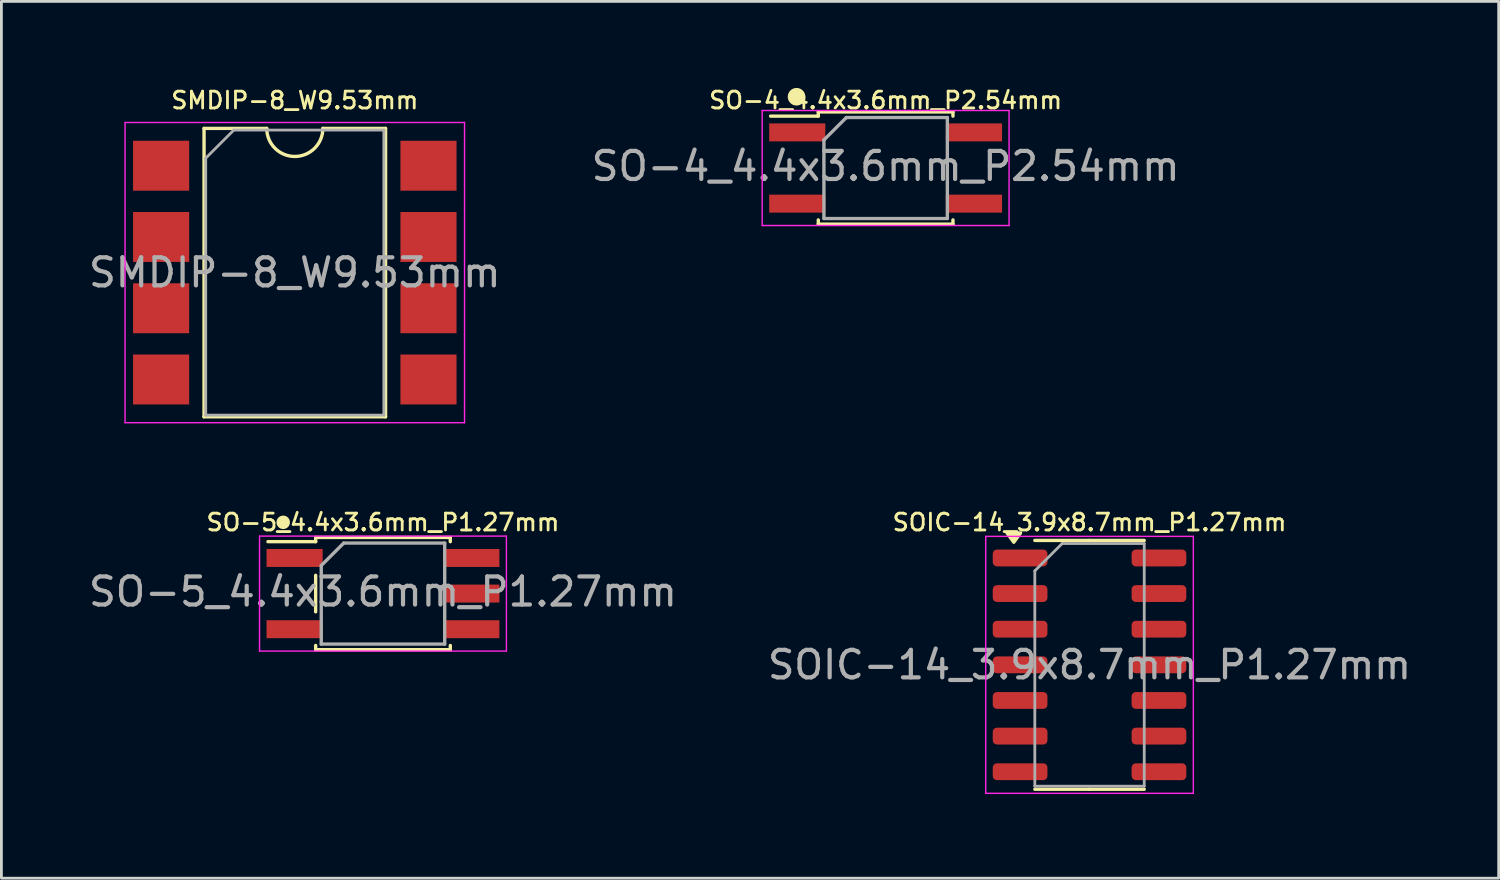
<source format=kicad_pcb>
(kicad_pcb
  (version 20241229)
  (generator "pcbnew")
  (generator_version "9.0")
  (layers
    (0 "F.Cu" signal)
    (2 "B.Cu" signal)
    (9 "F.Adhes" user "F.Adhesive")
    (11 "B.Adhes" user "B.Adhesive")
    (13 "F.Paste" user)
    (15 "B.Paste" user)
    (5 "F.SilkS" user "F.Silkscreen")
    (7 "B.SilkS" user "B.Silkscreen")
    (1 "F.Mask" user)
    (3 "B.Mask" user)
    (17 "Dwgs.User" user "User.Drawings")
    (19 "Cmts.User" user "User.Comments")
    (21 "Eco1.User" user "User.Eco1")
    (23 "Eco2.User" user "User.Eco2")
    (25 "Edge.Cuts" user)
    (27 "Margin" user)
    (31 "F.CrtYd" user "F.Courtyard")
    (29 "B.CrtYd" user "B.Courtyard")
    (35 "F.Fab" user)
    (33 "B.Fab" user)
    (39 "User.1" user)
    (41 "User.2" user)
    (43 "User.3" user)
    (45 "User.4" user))
  (footprint "SMDIP-8_W9.53mm"
    (layer "F.Cu")
    (at 7.458 6.667)
    (property "Reference" "SMDIP-8_W9.53mm" (at 0 -6.14 0) (layer "F.SilkS") (effects (font (size 0.6 0.6) (thickness 0.1) (bold yes))))
    (attr smd)
    (fp_line (start -3.235 -5.14) (end -3.235 5.14) (stroke (width 0.12) (type solid)) (layer "F.SilkS"))
    (fp_line (start -3.235 5.14) (end 3.235 5.14) (stroke (width 0.12) (type solid)) (layer "F.SilkS"))
    (fp_line (start -1 -5.14) (end -3.235 -5.14) (stroke (width 0.12) (type solid)) (layer "F.SilkS"))
    (fp_line (start 3.235 -5.14) (end 1 -5.14) (stroke (width 0.12) (type solid)) (layer "F.SilkS"))
    (fp_line (start 3.235 5.14) (end 3.235 -5.14) (stroke (width 0.12) (type solid)) (layer "F.SilkS"))
    (fp_arc (start 1 -5.14) (mid 0 -4.14) (end -1 -5.14) (stroke (width 0.12) (type solid)) (layer "F.SilkS"))
    (fp_line (start -6.05 -5.35) (end -6.05 5.35) (stroke (width 0.05) (type solid)) (layer "F.CrtYd"))
    (fp_line (start -6.05 5.35) (end 6.05 5.35) (stroke (width 0.05) (type solid)) (layer "F.CrtYd"))
    (fp_line (start 6.05 -5.35) (end -6.05 -5.35) (stroke (width 0.05) (type solid)) (layer "F.CrtYd"))
    (fp_line (start 6.05 5.35) (end 6.05 -5.35) (stroke (width 0.05) (type solid)) (layer "F.CrtYd"))
    (fp_line (start -3.175 -4.08) (end -2.175 -5.08) (stroke (width 0.1) (type solid)) (layer "F.Fab"))
    (fp_line (start -3.175 5.08) (end -3.175 -4.08) (stroke (width 0.1) (type solid)) (layer "F.Fab"))
    (fp_line (start -2.175 -5.08) (end 3.175 -5.08) (stroke (width 0.1) (type solid)) (layer "F.Fab"))
    (fp_line (start 3.175 -5.08) (end 3.175 5.08) (stroke (width 0.1) (type solid)) (layer "F.Fab"))
    (fp_line (start 3.175 5.08) (end -3.175 5.08) (stroke (width 0.1) (type solid)) (layer "F.Fab"))
    (fp_text user "${REFERENCE}" (at 0 0 0) (layer "F.Fab") (effects (font (size 1 1) (thickness 0.15))))
    (pad "1" smd rect (at -4.765 -3.81) (size 2 1.78) (layers "F.Cu" "F.Mask" "F.Paste"))
    (pad "2" smd rect (at -4.765 -1.27) (size 2 1.78) (layers "F.Cu" "F.Mask" "F.Paste"))
    (pad "3" smd rect (at -4.765 1.27) (size 2 1.78) (layers "F.Cu" "F.Mask" "F.Paste"))
    (pad "4" smd rect (at -4.765 3.81) (size 2 1.78) (layers "F.Cu" "F.Mask" "F.Paste"))
    (pad "5" smd rect (at 4.765 3.81) (size 2 1.78) (layers "F.Cu" "F.Mask" "F.Paste"))
    (pad "6" smd rect (at 4.765 1.27) (size 2 1.78) (layers "F.Cu" "F.Mask" "F.Paste"))
    (pad "7" smd rect (at 4.765 -1.27) (size 2 1.78) (layers "F.Cu" "F.Mask" "F.Paste"))
    (pad "8" smd rect (at 4.765 -3.81) (size 2 1.78) (layers "F.Cu" "F.Mask" "F.Paste")))
  (footprint "SO-5_4.4x3.6mm_P1.27mm"
    (layer "F.Cu")
    (at 10.601 18.108)
    (property "Reference" "SO-5_4.4x3.6mm_P1.27mm" (at 0 -2.54 0) (layer "F.SilkS") (effects (font (size 0.6 0.6) (thickness 0.1))))
    (attr smd)
    (fp_line (start -2.4 -2) (end 2.4 -2) (stroke (width 0.12) (type solid)) (layer "F.SilkS"))
    (fp_line (start -2.4 -1.85) (end -4.1 -1.85) (stroke (width 0.12) (type solid)) (layer "F.SilkS"))
    (fp_line (start -2.4 -1.85) (end -2.4 -2) (stroke (width 0.12) (type solid)) (layer "F.SilkS"))
    (fp_line (start -2.4 0.65) (end -2.4 -0.65) (stroke (width 0.12) (type solid)) (layer "F.SilkS"))
    (fp_line (start -2.4 2) (end -2.4 1.85) (stroke (width 0.12) (type solid)) (layer "F.SilkS"))
    (fp_line (start 2.4 -2) (end 2.4 -1.85) (stroke (width 0.12) (type solid)) (layer "F.SilkS"))
    (fp_line (start 2.4 1.85) (end 2.4 2) (stroke (width 0.12) (type solid)) (layer "F.SilkS"))
    (fp_line (start 2.4 2) (end -2.4 2) (stroke (width 0.12) (type solid)) (layer "F.SilkS"))
    (fp_circle (center -3.556 -2.54) (end -3.376 -2.54) (stroke (width 0.12) (type solid)) (fill yes) (layer "F.SilkS"))
    (fp_line (start -4.4 -2.05) (end -4.4 2.05) (stroke (width 0.05) (type solid)) (layer "F.CrtYd"))
    (fp_line (start -4.4 -2.05) (end 4.4 -2.05) (stroke (width 0.05) (type solid)) (layer "F.CrtYd"))
    (fp_line (start 4.4 2.05) (end -4.4 2.05) (stroke (width 0.05) (type solid)) (layer "F.CrtYd"))
    (fp_line (start 4.4 2.05) (end 4.4 -2.05) (stroke (width 0.05) (type solid)) (layer "F.CrtYd"))
    (fp_line (start -2.2 -1) (end -1.4 -1.8) (stroke (width 0.12) (type solid)) (layer "F.Fab"))
    (fp_line (start -2.2 1.8) (end -2.2 -1) (stroke (width 0.12) (type solid)) (layer "F.Fab"))
    (fp_line (start -1.4 -1.8) (end 2.2 -1.8) (stroke (width 0.12) (type solid)) (layer "F.Fab"))
    (fp_line (start 2.2 -1.8) (end 2.2 1.8) (stroke (width 0.12) (type solid)) (layer "F.Fab"))
    (fp_line (start 2.2 1.8) (end -2.2 1.8) (stroke (width 0.12) (type solid)) (layer "F.Fab"))
    (fp_text user "${REFERENCE}" (at 0 -0.065 0) (layer "F.Fab") (effects (font (size 1 1) (thickness 0.15))))
    (pad "1" smd rect (at -3.15 -1.27) (size 2 0.64) (layers "F.Cu" "F.Mask" "F.Paste"))
    (pad "3" smd rect (at -3.15 1.27) (size 2 0.64) (layers "F.Cu" "F.Mask" "F.Paste"))
    (pad "4" smd rect (at 3.15 1.27) (size 2 0.64) (layers "F.Cu" "F.Mask" "F.Paste"))
    (pad "5" smd rect (at 3.15 0) (size 2 0.64) (layers "F.Cu" "F.Mask" "F.Paste"))
    (pad "6" smd rect (at 3.15 -1.27) (size 2 0.64) (layers "F.Cu" "F.Mask" "F.Paste")))
  (footprint "SO-4_4.4x3.6mm_P2.54mm"
    (layer "F.Cu")
    (at 28.518 2.939)
    (property "Reference" "SO-4_4.4x3.6mm_P2.54mm" (at 0 -2.413 0) (layer "F.SilkS") (effects (font (size 0.6 0.6) (thickness 0.1))))
    (attr smd)
    (fp_line (start -2.4 -2) (end 2.4 -2) (stroke (width 0.12) (type solid)) (layer "F.SilkS"))
    (fp_line (start -2.4 -1.85) (end -4.1 -1.85) (stroke (width 0.12) (type solid)) (layer "F.SilkS"))
    (fp_line (start -2.4 -1.85) (end -2.4 -2) (stroke (width 0.12) (type solid)) (layer "F.SilkS"))
    (fp_line (start -2.4 2) (end -2.4 1.85) (stroke (width 0.12) (type solid)) (layer "F.SilkS"))
    (fp_line (start 2.4 -2) (end 2.4 -1.85) (stroke (width 0.12) (type solid)) (layer "F.SilkS"))
    (fp_line (start 2.4 1.85) (end 2.4 2) (stroke (width 0.12) (type solid)) (layer "F.SilkS"))
    (fp_line (start 2.4 2) (end -2.4 2) (stroke (width 0.12) (type solid)) (layer "F.SilkS"))
    (fp_circle (center -3.175 -2.54) (end -2.921 -2.54) (stroke (width 0.12) (type solid)) (fill yes) (layer "F.SilkS"))
    (fp_line (start -4.4 -2.05) (end -4.4 2.05) (stroke (width 0.05) (type solid)) (layer "F.CrtYd"))
    (fp_line (start -4.4 -2.05) (end 4.4 -2.05) (stroke (width 0.05) (type solid)) (layer "F.CrtYd"))
    (fp_line (start 4.4 2.05) (end -4.4 2.05) (stroke (width 0.05) (type solid)) (layer "F.CrtYd"))
    (fp_line (start 4.4 2.05) (end 4.4 -2.05) (stroke (width 0.05) (type solid)) (layer "F.CrtYd"))
    (fp_line (start -2.2 -1) (end -1.4 -1.8) (stroke (width 0.12) (type solid)) (layer "F.Fab"))
    (fp_line (start -2.2 1.8) (end -2.2 -1) (stroke (width 0.12) (type solid)) (layer "F.Fab"))
    (fp_line (start -1.4 -1.8) (end 2.2 -1.8) (stroke (width 0.12) (type solid)) (layer "F.Fab"))
    (fp_line (start 2.2 -1.8) (end 2.2 1.8) (stroke (width 0.12) (type solid)) (layer "F.Fab"))
    (fp_line (start 2.2 1.8) (end -2.2 1.8) (stroke (width 0.12) (type solid)) (layer "F.Fab"))
    (fp_text user "${REFERENCE}" (at 0 -0.065 0) (layer "F.Fab") (effects (font (size 1 1) (thickness 0.15))))
    (pad "1" smd rect (at -3.15 -1.27) (size 2 0.64) (layers "F.Cu" "F.Mask" "F.Paste"))
    (pad "2" smd rect (at -3.15 1.27) (size 2 0.64) (layers "F.Cu" "F.Mask" "F.Paste"))
    (pad "3" smd rect (at 3.15 1.27) (size 2 0.64) (layers "F.Cu" "F.Mask" "F.Paste"))
    (pad "4" smd rect (at 3.15 -1.27) (size 2 0.64) (layers "F.Cu" "F.Mask" "F.Paste")))
  (footprint "SOIC-14_3.9x8.7mm_P1.27mm"
    (layer "F.Cu")
    (at 35.786 20.648)
    (property "Reference" "SOIC-14_3.9x8.7mm_P1.27mm" (at 0 -5.08 0) (layer "F.SilkS") (effects (font (size 0.6 0.6) (thickness 0.1) (bold yes))))
    (attr smd)
    (fp_line (start 0 -4.435) (end -1.95 -4.435) (stroke (width 0.12) (type solid)) (layer "F.SilkS"))
    (fp_line (start 0 -4.435) (end 1.95 -4.435) (stroke (width 0.12) (type solid)) (layer "F.SilkS"))
    (fp_line (start 0 4.435) (end -1.95 4.435) (stroke (width 0.12) (type solid)) (layer "F.SilkS"))
    (fp_line (start 0 4.435) (end 1.95 4.435) (stroke (width 0.12) (type solid)) (layer "F.SilkS"))
    (fp_poly (pts (xy -2.7 -4.37) (xy -2.94 -4.7) (xy -2.46 -4.7) (xy -2.7 -4.37)) (stroke (width 0.12) (type solid)) (fill yes) (layer "F.SilkS"))
    (fp_line (start -3.7 -4.58) (end -3.7 4.58) (stroke (width 0.05) (type solid)) (layer "F.CrtYd"))
    (fp_line (start -3.7 4.58) (end 3.7 4.58) (stroke (width 0.05) (type solid)) (layer "F.CrtYd"))
    (fp_line (start 3.7 -4.58) (end -3.7 -4.58) (stroke (width 0.05) (type solid)) (layer "F.CrtYd"))
    (fp_line (start 3.7 4.58) (end 3.7 -4.58) (stroke (width 0.05) (type solid)) (layer "F.CrtYd"))
    (fp_line (start -1.95 -3.35) (end -0.975 -4.325) (stroke (width 0.1) (type solid)) (layer "F.Fab"))
    (fp_line (start -1.95 4.325) (end -1.95 -3.35) (stroke (width 0.1) (type solid)) (layer "F.Fab"))
    (fp_line (start -0.975 -4.325) (end 1.95 -4.325) (stroke (width 0.1) (type solid)) (layer "F.Fab"))
    (fp_line (start 1.95 -4.325) (end 1.95 4.325) (stroke (width 0.1) (type solid)) (layer "F.Fab"))
    (fp_line (start 1.95 4.325) (end -1.95 4.325) (stroke (width 0.1) (type solid)) (layer "F.Fab"))
    (fp_text user "${REFERENCE}" (at 0 0 0) (layer "F.Fab") (effects (font (size 0.98 0.98) (thickness 0.15))))
    (pad "1" smd roundrect (at -2.475 -3.81) (size 1.95 0.6) (layers "F.Cu" "F.Mask" "F.Paste") (roundrect_rratio 0.25))
    (pad "2" smd roundrect (at -2.475 -2.54) (size 1.95 0.6) (layers "F.Cu" "F.Mask" "F.Paste") (roundrect_rratio 0.25))
    (pad "3" smd roundrect (at -2.475 -1.27) (size 1.95 0.6) (layers "F.Cu" "F.Mask" "F.Paste") (roundrect_rratio 0.25))
    (pad "4" smd roundrect (at -2.475 0) (size 1.95 0.6) (layers "F.Cu" "F.Mask" "F.Paste") (roundrect_rratio 0.25))
    (pad "5" smd roundrect (at -2.475 1.27) (size 1.95 0.6) (layers "F.Cu" "F.Mask" "F.Paste") (roundrect_rratio 0.25))
    (pad "6" smd roundrect (at -2.475 2.54) (size 1.95 0.6) (layers "F.Cu" "F.Mask" "F.Paste") (roundrect_rratio 0.25))
    (pad "7" smd roundrect (at -2.475 3.81) (size 1.95 0.6) (layers "F.Cu" "F.Mask" "F.Paste") (roundrect_rratio 0.25))
    (pad "8" smd roundrect (at 2.475 3.81) (size 1.95 0.6) (layers "F.Cu" "F.Mask" "F.Paste") (roundrect_rratio 0.25))
    (pad "9" smd roundrect (at 2.475 2.54) (size 1.95 0.6) (layers "F.Cu" "F.Mask" "F.Paste") (roundrect_rratio 0.25))
    (pad "10" smd roundrect (at 2.475 1.27) (size 1.95 0.6) (layers "F.Cu" "F.Mask" "F.Paste") (roundrect_rratio 0.25))
    (pad "11" smd roundrect (at 2.475 0) (size 1.95 0.6) (layers "F.Cu" "F.Mask" "F.Paste") (roundrect_rratio 0.25))
    (pad "12" smd roundrect (at 2.475 -1.27) (size 1.95 0.6) (layers "F.Cu" "F.Mask" "F.Paste") (roundrect_rratio 0.25))
    (pad "13" smd roundrect (at 2.475 -2.54) (size 1.95 0.6) (layers "F.Cu" "F.Mask" "F.Paste") (roundrect_rratio 0.25))
    (pad "14" smd roundrect (at 2.475 -3.81) (size 1.95 0.6) (layers "F.Cu" "F.Mask" "F.Paste") (roundrect_rratio 0.25)))
  (gr_rect
    (start -3 -3)
    (end 50.37 28.253)
    (stroke (width 0.1) (type default))
    (fill no)
    (layer "Edge.Cuts")))
</source>
